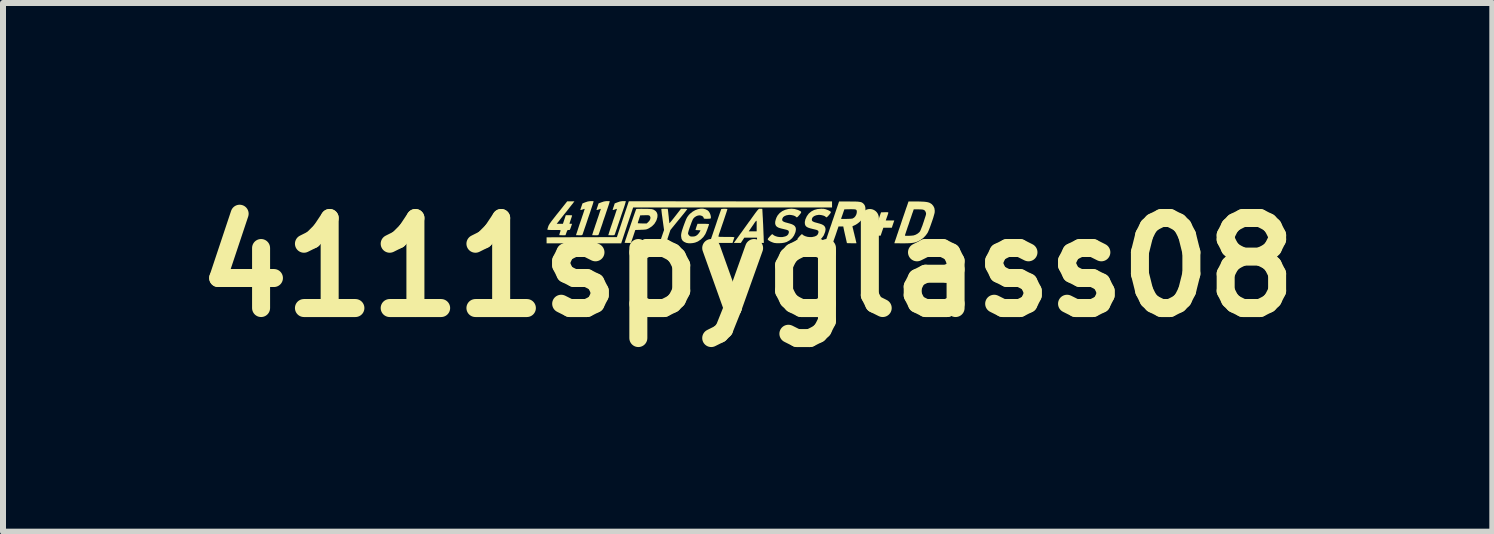
<source format=kicad_pcb>
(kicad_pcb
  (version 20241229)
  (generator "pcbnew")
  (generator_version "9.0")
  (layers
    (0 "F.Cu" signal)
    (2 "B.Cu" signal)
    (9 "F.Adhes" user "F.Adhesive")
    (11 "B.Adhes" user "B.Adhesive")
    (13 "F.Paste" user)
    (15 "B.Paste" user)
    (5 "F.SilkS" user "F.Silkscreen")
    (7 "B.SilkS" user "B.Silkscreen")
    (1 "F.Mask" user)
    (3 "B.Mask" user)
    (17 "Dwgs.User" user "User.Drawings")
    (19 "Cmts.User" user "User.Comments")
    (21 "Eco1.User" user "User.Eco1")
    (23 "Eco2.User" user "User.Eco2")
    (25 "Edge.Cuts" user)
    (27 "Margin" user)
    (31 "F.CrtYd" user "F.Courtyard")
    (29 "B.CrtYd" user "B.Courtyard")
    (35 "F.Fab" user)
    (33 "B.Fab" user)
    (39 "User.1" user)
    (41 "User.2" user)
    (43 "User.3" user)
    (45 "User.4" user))
  (footprint "4111spyglass08"
    (layer "F.Cu")
    (at 9.407 1.404)
    (property "Reference" "4111spyglass08" (at 0 0 0) (layer "F.SilkS") (effects (font (size 1.5 1.5) (thickness 0.3))))
    (attr board_only exclude_from_pos_files exclude_from_bom)
    (fp_poly (pts (xy -0.287 -1.099) (xy 1.406 -1.098) (xy 1.406 -1.047) (xy 1.406 -0.997) (xy -0.251 -0.997) (xy -1.908 -0.997) (xy -2.008 -0.699) (xy -2.107 -0.4) (xy -2.729 -0.4) (xy -3.35 -0.4) (xy -3.35 -0.45) (xy -3.35 -0.5) (xy -2.765 -0.502) (xy -2.179 -0.503) (xy -2.08 -0.802) (xy -1.98 -1.101)) (stroke (width 0) (type solid)) (fill yes) (layer "F.SilkS"))
    (fp_poly (pts (xy -1.328 -0.955) (xy -1.327 -0.942) (xy -1.324 -0.919) (xy -1.321 -0.889) (xy -1.317 -0.855) (xy -1.315 -0.838) (xy -1.312 -0.804) (xy -1.309 -0.775) (xy -1.306 -0.752) (xy -1.305 -0.738) (xy -1.304 -0.735) (xy -1.3 -0.738) (xy -1.289 -0.75) (xy -1.273 -0.769) (xy -1.252 -0.795) (xy -1.228 -0.825) (xy -1.207 -0.852) (xy -1.111 -0.975) (xy -1.058 -0.975) (xy -1.035 -0.975) (xy -1.017 -0.973) (xy -1.007 -0.971) (xy -1.006 -0.97) (xy -1.01 -0.964) (xy -1.021 -0.95) (xy -1.038 -0.928) (xy -1.06 -0.9) (xy -1.087 -0.867) (xy -1.117 -0.83) (xy -1.147 -0.794) (xy -1.287 -0.622) (xy -1.323 -0.514) (xy -1.359 -0.406) (xy -1.413 -0.406) (xy -1.467 -0.406) (xy -1.43 -0.514) (xy -1.393 -0.622) (xy -1.417 -0.796) (xy -1.423 -0.841) (xy -1.429 -0.882) (xy -1.433 -0.917) (xy -1.436 -0.945) (xy -1.438 -0.964) (xy -1.438 -0.972) (xy -1.438 -0.972) (xy -1.431 -0.974) (xy -1.415 -0.975) (xy -1.392 -0.975) (xy -1.384 -0.975) (xy -1.332 -0.975)) (stroke (width 0) (type solid)) (fill yes) (layer "F.SilkS"))
    (fp_poly (pts (xy 2.33 -0.918) (xy 2.34 -0.916) (xy 2.343 -0.912) (xy 2.344 -0.91) (xy 2.342 -0.9) (xy 2.336 -0.882) (xy 2.328 -0.858) (xy 2.322 -0.841) (xy 2.301 -0.781) (xy 2.372 -0.781) (xy 2.443 -0.781) (xy 2.422 -0.72) (xy 2.402 -0.66) (xy 2.331 -0.66) (xy 2.261 -0.66) (xy 2.238 -0.594) (xy 2.216 -0.528) (xy 2.155 -0.526) (xy 2.126 -0.526) (xy 2.107 -0.527) (xy 2.097 -0.529) (xy 2.094 -0.533) (xy 2.094 -0.533) (xy 2.096 -0.542) (xy 2.101 -0.56) (xy 2.108 -0.584) (xy 2.112 -0.597) (xy 2.12 -0.621) (xy 2.126 -0.641) (xy 2.128 -0.653) (xy 2.128 -0.656) (xy 2.12 -0.657) (xy 2.103 -0.659) (xy 2.079 -0.659) (xy 2.062 -0.66) (xy 2.036 -0.66) (xy 2.015 -0.661) (xy 2.001 -0.662) (xy 1.998 -0.663) (xy 2 -0.67) (xy 2.004 -0.686) (xy 2.01 -0.709) (xy 2.015 -0.724) (xy 2.033 -0.781) (xy 2.105 -0.783) (xy 2.177 -0.785) (xy 2.199 -0.85) (xy 2.222 -0.916) (xy 2.283 -0.918) (xy 2.311 -0.918)) (stroke (width 0) (type solid)) (fill yes) (layer "F.SilkS"))
    (fp_poly (pts (xy -2.576 -1.103) (xy -2.568 -1.102) (xy -2.568 -1.102) (xy -2.568 -1.096) (xy -2.572 -1.08) (xy -2.579 -1.056) (xy -2.589 -1.026) (xy -2.598 -0.999) (xy -2.61 -0.964) (xy -2.624 -0.92) (xy -2.641 -0.871) (xy -2.659 -0.819) (xy -2.676 -0.767) (xy -2.688 -0.731) (xy -2.703 -0.687) (xy -2.717 -0.647) (xy -2.729 -0.611) (xy -2.739 -0.582) (xy -2.746 -0.561) (xy -2.75 -0.55) (xy -2.75 -0.55) (xy -2.754 -0.542) (xy -2.76 -0.537) (xy -2.77 -0.535) (xy -2.789 -0.534) (xy -2.807 -0.534) (xy -2.831 -0.535) (xy -2.849 -0.535) (xy -2.859 -0.536) (xy -2.859 -0.537) (xy -2.858 -0.543) (xy -2.853 -0.559) (xy -2.844 -0.585) (xy -2.833 -0.619) (xy -2.82 -0.659) (xy -2.805 -0.705) (xy -2.788 -0.754) (xy -2.787 -0.757) (xy -2.77 -0.806) (xy -2.755 -0.852) (xy -2.741 -0.892) (xy -2.73 -0.926) (xy -2.722 -0.952) (xy -2.716 -0.969) (xy -2.715 -0.975) (xy -2.715 -0.975) (xy -2.721 -0.973) (xy -2.736 -0.969) (xy -2.752 -0.963) (xy -2.771 -0.957) (xy -2.784 -0.955) (xy -2.788 -0.956) (xy -2.786 -0.963) (xy -2.781 -0.98) (xy -2.773 -1.002) (xy -2.77 -1.012) (xy -2.752 -1.065) (xy -2.706 -1.083) (xy -2.664 -1.097) (xy -2.624 -1.103) (xy -2.616 -1.103) (xy -2.593 -1.103)) (stroke (width 0) (type solid)) (fill yes) (layer "F.SilkS"))
    (fp_poly (pts (xy -2.307 -1.103) (xy -2.299 -1.102) (xy -2.299 -1.102) (xy -2.299 -1.096) (xy -2.303 -1.08) (xy -2.31 -1.056) (xy -2.32 -1.026) (xy -2.329 -0.999) (xy -2.341 -0.964) (xy -2.356 -0.92) (xy -2.372 -0.871) (xy -2.39 -0.819) (xy -2.408 -0.767) (xy -2.419 -0.731) (xy -2.434 -0.687) (xy -2.448 -0.647) (xy -2.46 -0.611) (xy -2.47 -0.582) (xy -2.478 -0.561) (xy -2.481 -0.55) (xy -2.482 -0.55) (xy -2.485 -0.542) (xy -2.491 -0.537) (xy -2.502 -0.535) (xy -2.52 -0.534) (xy -2.538 -0.534) (xy -2.562 -0.535) (xy -2.58 -0.535) (xy -2.59 -0.536) (xy -2.591 -0.537) (xy -2.589 -0.543) (xy -2.584 -0.559) (xy -2.576 -0.585) (xy -2.565 -0.619) (xy -2.551 -0.659) (xy -2.536 -0.705) (xy -2.519 -0.754) (xy -2.518 -0.757) (xy -2.502 -0.806) (xy -2.486 -0.852) (xy -2.473 -0.892) (xy -2.462 -0.926) (xy -2.453 -0.952) (xy -2.448 -0.969) (xy -2.446 -0.975) (xy -2.446 -0.975) (xy -2.453 -0.973) (xy -2.467 -0.969) (xy -2.483 -0.963) (xy -2.502 -0.957) (xy -2.515 -0.955) (xy -2.519 -0.956) (xy -2.517 -0.963) (xy -2.512 -0.98) (xy -2.505 -1.002) (xy -2.501 -1.012) (xy -2.484 -1.065) (xy -2.437 -1.083) (xy -2.395 -1.097) (xy -2.356 -1.103) (xy -2.347 -1.103) (xy -2.325 -1.103)) (stroke (width 0) (type solid)) (fill yes) (layer "F.SilkS"))
    (fp_poly (pts (xy -2.039 -1.103) (xy -2.03 -1.102) (xy -2.03 -1.102) (xy -2.031 -1.096) (xy -2.035 -1.08) (xy -2.042 -1.056) (xy -2.051 -1.026) (xy -2.06 -0.999) (xy -2.072 -0.964) (xy -2.087 -0.92) (xy -2.104 -0.871) (xy -2.121 -0.819) (xy -2.139 -0.767) (xy -2.151 -0.731) (xy -2.166 -0.687) (xy -2.179 -0.647) (xy -2.192 -0.611) (xy -2.202 -0.582) (xy -2.209 -0.561) (xy -2.213 -0.55) (xy -2.213 -0.55) (xy -2.217 -0.542) (xy -2.222 -0.537) (xy -2.233 -0.535) (xy -2.251 -0.534) (xy -2.27 -0.534) (xy -2.293 -0.535) (xy -2.311 -0.535) (xy -2.321 -0.536) (xy -2.322 -0.537) (xy -2.32 -0.543) (xy -2.315 -0.559) (xy -2.307 -0.585) (xy -2.296 -0.619) (xy -2.283 -0.659) (xy -2.267 -0.705) (xy -2.25 -0.754) (xy -2.25 -0.757) (xy -2.233 -0.806) (xy -2.217 -0.852) (xy -2.204 -0.892) (xy -2.193 -0.926) (xy -2.184 -0.952) (xy -2.179 -0.969) (xy -2.177 -0.975) (xy -2.177 -0.975) (xy -2.184 -0.973) (xy -2.199 -0.969) (xy -2.215 -0.963) (xy -2.233 -0.957) (xy -2.246 -0.955) (xy -2.25 -0.956) (xy -2.248 -0.963) (xy -2.243 -0.98) (xy -2.236 -1.002) (xy -2.232 -1.012) (xy -2.215 -1.065) (xy -2.168 -1.083) (xy -2.127 -1.097) (xy -2.087 -1.103) (xy -2.078 -1.103) (xy -2.056 -1.103)) (stroke (width 0) (type solid)) (fill yes) (layer "F.SilkS"))
    (fp_poly (pts (xy 0.208 -0.975) (xy 0.213 -0.975) (xy 0.231 -0.975) (xy 0.242 -0.974) (xy 0.244 -0.974) (xy 0.245 -0.96) (xy 0.246 -0.936) (xy 0.248 -0.902) (xy 0.25 -0.862) (xy 0.253 -0.815) (xy 0.255 -0.765) (xy 0.258 -0.713) (xy 0.26 -0.66) (xy 0.262 -0.609) (xy 0.264 -0.56) (xy 0.266 -0.516) (xy 0.267 -0.479) (xy 0.268 -0.45) (xy 0.269 -0.431) (xy 0.269 -0.428) (xy 0.269 -0.406) (xy 0.212 -0.406) (xy 0.156 -0.406) (xy 0.156 -0.45) (xy 0.156 -0.494) (xy 0.05 -0.494) (xy -0.056 -0.494) (xy -0.085 -0.45) (xy -0.114 -0.406) (xy -0.173 -0.406) (xy -0.231 -0.406) (xy -0.149 -0.52) (xy -0.122 -0.558) (xy -0.091 -0.6) (xy 0.018 -0.6) (xy 0.084 -0.6) (xy 0.15 -0.6) (xy 0.15 -0.695) (xy 0.15 -0.728) (xy 0.15 -0.753) (xy 0.149 -0.769) (xy 0.146 -0.776) (xy 0.14 -0.774) (xy 0.13 -0.762) (xy 0.114 -0.741) (xy 0.094 -0.71) (xy 0.073 -0.68) (xy 0.018 -0.6) (xy -0.091 -0.6) (xy -0.089 -0.603) (xy -0.054 -0.652) (xy -0.018 -0.702) (xy 0.017 -0.751) (xy 0.04 -0.781) (xy 0.075 -0.831) (xy 0.104 -0.871) (xy 0.127 -0.903) (xy 0.146 -0.928) (xy 0.16 -0.946) (xy 0.171 -0.959) (xy 0.18 -0.968) (xy 0.187 -0.973) (xy 0.194 -0.975) (xy 0.2 -0.976)) (stroke (width 0) (type solid)) (fill yes) (layer "F.SilkS"))
    (fp_poly (pts (xy -0.375 -0.975) (xy -0.356 -0.974) (xy -0.342 -0.972) (xy -0.338 -0.969) (xy -0.339 -0.962) (xy -0.345 -0.945) (xy -0.353 -0.919) (xy -0.364 -0.886) (xy -0.377 -0.847) (xy -0.391 -0.805) (xy -0.406 -0.76) (xy -0.422 -0.714) (xy -0.437 -0.67) (xy -0.451 -0.628) (xy -0.464 -0.59) (xy -0.468 -0.579) (xy -0.477 -0.554) (xy -0.483 -0.532) (xy -0.487 -0.518) (xy -0.487 -0.515) (xy -0.485 -0.512) (xy -0.478 -0.51) (xy -0.463 -0.508) (xy -0.441 -0.507) (xy -0.409 -0.507) (xy -0.367 -0.506) (xy -0.353 -0.506) (xy -0.307 -0.506) (xy -0.272 -0.506) (xy -0.247 -0.505) (xy -0.231 -0.503) (xy -0.223 -0.501) (xy -0.221 -0.499) (xy -0.221 -0.499) (xy -0.224 -0.489) (xy -0.231 -0.471) (xy -0.238 -0.449) (xy -0.238 -0.449) (xy -0.252 -0.406) (xy -0.442 -0.406) (xy -0.489 -0.406) (xy -0.532 -0.407) (xy -0.569 -0.407) (xy -0.599 -0.408) (xy -0.62 -0.409) (xy -0.63 -0.409) (xy -0.631 -0.41) (xy -0.629 -0.416) (xy -0.624 -0.434) (xy -0.615 -0.46) (xy -0.604 -0.493) (xy -0.59 -0.533) (xy -0.575 -0.577) (xy -0.559 -0.625) (xy -0.542 -0.674) (xy -0.525 -0.724) (xy -0.509 -0.773) (xy -0.493 -0.82) (xy -0.478 -0.863) (xy -0.465 -0.9) (xy -0.454 -0.931) (xy -0.446 -0.953) (xy -0.442 -0.967) (xy -0.441 -0.969) (xy -0.433 -0.972) (xy -0.417 -0.974) (xy -0.397 -0.975)) (stroke (width 0) (type solid)) (fill yes) (layer "F.SilkS"))
    (fp_poly (pts (xy -2.904 -1.077) (xy -2.913 -1.064) (xy -2.931 -1.042) (xy -2.955 -1.012) (xy -2.985 -0.973) (xy -3.022 -0.926) (xy -3.065 -0.873) (xy -3.113 -0.812) (xy -3.148 -0.767) (xy -3.182 -0.725) (xy -3.13 -0.725) (xy -3.078 -0.725) (xy -3.054 -0.797) (xy -3.03 -0.869) (xy -2.978 -0.869) (xy -2.954 -0.868) (xy -2.936 -0.867) (xy -2.926 -0.865) (xy -2.925 -0.864) (xy -2.927 -0.856) (xy -2.932 -0.839) (xy -2.94 -0.816) (xy -2.947 -0.795) (xy -2.956 -0.769) (xy -2.963 -0.747) (xy -2.968 -0.733) (xy -2.969 -0.728) (xy -2.963 -0.726) (xy -2.95 -0.725) (xy -2.947 -0.725) (xy -2.926 -0.725) (xy -2.94 -0.683) (xy -2.95 -0.655) (xy -2.957 -0.637) (xy -2.962 -0.627) (xy -2.968 -0.622) (xy -2.974 -0.622) (xy -2.982 -0.622) (xy -2.993 -0.622) (xy -3.001 -0.619) (xy -3.007 -0.611) (xy -3.014 -0.594) (xy -3.022 -0.572) (xy -3.035 -0.535) (xy -3.083 -0.534) (xy -3.106 -0.535) (xy -3.125 -0.535) (xy -3.136 -0.536) (xy -3.136 -0.536) (xy -3.138 -0.543) (xy -3.134 -0.559) (xy -3.128 -0.578) (xy -3.12 -0.601) (xy -3.118 -0.615) (xy -3.121 -0.62) (xy -3.121 -0.62) (xy -3.129 -0.621) (xy -3.148 -0.622) (xy -3.175 -0.622) (xy -3.207 -0.622) (xy -3.233 -0.622) (xy -3.271 -0.622) (xy -3.301 -0.623) (xy -3.324 -0.625) (xy -3.336 -0.627) (xy -3.337 -0.628) (xy -3.336 -0.636) (xy -3.331 -0.653) (xy -3.324 -0.675) (xy -3.324 -0.676) (xy -3.32 -0.687) (xy -3.315 -0.699) (xy -3.307 -0.712) (xy -3.298 -0.728) (xy -3.284 -0.747) (xy -3.267 -0.771) (xy -3.244 -0.8) (xy -3.216 -0.836) (xy -3.181 -0.881) (xy -3.158 -0.909) (xy -3.006 -1.1) (xy -2.946 -1.1) (xy -2.886 -1.1)) (stroke (width 0) (type solid)) (fill yes) (layer "F.SilkS"))
    (fp_poly (pts (xy -1.732 -0.974) (xy -1.721 -0.974) (xy -1.677 -0.974) (xy -1.644 -0.973) (xy -1.619 -0.971) (xy -1.6 -0.97) (xy -1.587 -0.967) (xy -1.576 -0.964) (xy -1.565 -0.959) (xy -1.559 -0.956) (xy -1.53 -0.935) (xy -1.511 -0.908) (xy -1.502 -0.874) (xy -1.504 -0.835) (xy -1.517 -0.791) (xy -1.526 -0.77) (xy -1.555 -0.723) (xy -1.594 -0.684) (xy -1.642 -0.652) (xy -1.648 -0.649) (xy -1.665 -0.641) (xy -1.68 -0.635) (xy -1.695 -0.631) (xy -1.713 -0.629) (xy -1.737 -0.627) (xy -1.771 -0.626) (xy -1.781 -0.625) (xy -1.872 -0.622) (xy -1.908 -0.514) (xy -1.945 -0.406) (xy -1.997 -0.406) (xy -2.021 -0.407) (xy -2.04 -0.408) (xy -2.049 -0.409) (xy -2.05 -0.409) (xy -2.048 -0.417) (xy -2.042 -0.434) (xy -2.034 -0.461) (xy -2.022 -0.495) (xy -2.009 -0.535) (xy -1.994 -0.579) (xy -1.977 -0.627) (xy -1.96 -0.677) (xy -1.943 -0.727) (xy -1.94 -0.736) (xy -1.831 -0.736) (xy -1.825 -0.734) (xy -1.809 -0.733) (xy -1.786 -0.732) (xy -1.757 -0.731) (xy -1.756 -0.731) (xy -1.682 -0.731) (xy -1.659 -0.752) (xy -1.637 -0.776) (xy -1.624 -0.801) (xy -1.619 -0.826) (xy -1.625 -0.847) (xy -1.631 -0.857) (xy -1.638 -0.862) (xy -1.646 -0.866) (xy -1.659 -0.868) (xy -1.678 -0.868) (xy -1.706 -0.868) (xy -1.717 -0.868) (xy -1.79 -0.866) (xy -1.81 -0.804) (xy -1.819 -0.777) (xy -1.826 -0.756) (xy -1.83 -0.741) (xy -1.831 -0.736) (xy -1.94 -0.736) (xy -1.926 -0.776) (xy -1.91 -0.823) (xy -1.895 -0.865) (xy -1.882 -0.903) (xy -1.871 -0.933) (xy -1.863 -0.956) (xy -1.858 -0.968) (xy -1.857 -0.971) (xy -1.849 -0.973) (xy -1.831 -0.974) (xy -1.804 -0.974) (xy -1.771 -0.975)) (stroke (width 0) (type solid)) (fill yes) (layer "F.SilkS"))
    (fp_poly (pts (xy 1.265 -0.975) (xy 1.299 -0.968) (xy 1.334 -0.955) (xy 1.347 -0.949) (xy 1.37 -0.937) (xy 1.383 -0.927) (xy 1.386 -0.917) (xy 1.381 -0.905) (xy 1.367 -0.886) (xy 1.358 -0.875) (xy 1.338 -0.852) (xy 1.324 -0.839) (xy 1.314 -0.833) (xy 1.307 -0.834) (xy 1.3 -0.841) (xy 1.284 -0.853) (xy 1.259 -0.863) (xy 1.23 -0.87) (xy 1.199 -0.874) (xy 1.181 -0.874) (xy 1.141 -0.867) (xy 1.109 -0.854) (xy 1.085 -0.836) (xy 1.072 -0.812) (xy 1.069 -0.793) (xy 1.071 -0.781) (xy 1.078 -0.77) (xy 1.093 -0.761) (xy 1.116 -0.751) (xy 1.149 -0.742) (xy 1.16 -0.739) (xy 1.2 -0.728) (xy 1.23 -0.718) (xy 1.251 -0.708) (xy 1.267 -0.698) (xy 1.279 -0.686) (xy 1.281 -0.684) (xy 1.293 -0.661) (xy 1.298 -0.636) (xy 1.294 -0.604) (xy 1.288 -0.583) (xy 1.267 -0.531) (xy 1.235 -0.487) (xy 1.195 -0.451) (xy 1.145 -0.423) (xy 1.133 -0.419) (xy 1.101 -0.41) (xy 1.062 -0.404) (xy 1.019 -0.402) (xy 0.977 -0.402) (xy 0.941 -0.406) (xy 0.925 -0.41) (xy 0.896 -0.42) (xy 0.868 -0.433) (xy 0.845 -0.447) (xy 0.832 -0.459) (xy 0.828 -0.467) (xy 0.831 -0.476) (xy 0.841 -0.49) (xy 0.843 -0.492) (xy 0.86 -0.512) (xy 0.879 -0.532) (xy 0.883 -0.536) (xy 0.896 -0.548) (xy 0.904 -0.552) (xy 0.91 -0.55) (xy 0.913 -0.547) (xy 0.933 -0.531) (xy 0.962 -0.518) (xy 0.997 -0.508) (xy 1.034 -0.504) (xy 1.071 -0.504) (xy 1.08 -0.506) (xy 1.12 -0.515) (xy 1.149 -0.529) (xy 1.168 -0.549) (xy 1.178 -0.574) (xy 1.179 -0.58) (xy 1.18 -0.595) (xy 1.176 -0.607) (xy 1.165 -0.616) (xy 1.147 -0.624) (xy 1.119 -0.631) (xy 1.09 -0.638) (xy 1.041 -0.65) (xy 1.003 -0.663) (xy 0.977 -0.679) (xy 0.965 -0.692) (xy 0.954 -0.719) (xy 0.952 -0.754) (xy 0.96 -0.793) (xy 0.962 -0.8) (xy 0.986 -0.852) (xy 1.018 -0.896) (xy 1.059 -0.93) (xy 1.108 -0.956) (xy 1.163 -0.971) (xy 1.225 -0.976)) (stroke (width 0) (type solid)) (fill yes) (layer "F.SilkS"))
    (fp_poly (pts (xy 0.783 -0.972) (xy 0.834 -0.957) (xy 0.842 -0.954) (xy 0.869 -0.941) (xy 0.886 -0.931) (xy 0.892 -0.921) (xy 0.889 -0.909) (xy 0.878 -0.892) (xy 0.864 -0.875) (xy 0.844 -0.852) (xy 0.831 -0.839) (xy 0.821 -0.833) (xy 0.813 -0.834) (xy 0.806 -0.841) (xy 0.79 -0.853) (xy 0.766 -0.863) (xy 0.736 -0.87) (xy 0.705 -0.874) (xy 0.687 -0.874) (xy 0.647 -0.867) (xy 0.615 -0.854) (xy 0.591 -0.836) (xy 0.578 -0.812) (xy 0.575 -0.793) (xy 0.577 -0.781) (xy 0.585 -0.77) (xy 0.599 -0.761) (xy 0.622 -0.751) (xy 0.655 -0.742) (xy 0.666 -0.739) (xy 0.706 -0.728) (xy 0.736 -0.718) (xy 0.757 -0.708) (xy 0.773 -0.698) (xy 0.785 -0.686) (xy 0.787 -0.684) (xy 0.8 -0.661) (xy 0.804 -0.636) (xy 0.8 -0.604) (xy 0.795 -0.583) (xy 0.773 -0.531) (xy 0.742 -0.487) (xy 0.701 -0.451) (xy 0.651 -0.423) (xy 0.639 -0.419) (xy 0.608 -0.41) (xy 0.568 -0.404) (xy 0.526 -0.402) (xy 0.484 -0.402) (xy 0.447 -0.406) (xy 0.431 -0.41) (xy 0.403 -0.42) (xy 0.375 -0.433) (xy 0.351 -0.447) (xy 0.338 -0.459) (xy 0.334 -0.467) (xy 0.337 -0.476) (xy 0.347 -0.49) (xy 0.349 -0.492) (xy 0.366 -0.512) (xy 0.385 -0.532) (xy 0.389 -0.536) (xy 0.402 -0.548) (xy 0.41 -0.552) (xy 0.416 -0.55) (xy 0.419 -0.547) (xy 0.439 -0.531) (xy 0.468 -0.518) (xy 0.503 -0.508) (xy 0.54 -0.504) (xy 0.577 -0.504) (xy 0.587 -0.506) (xy 0.627 -0.515) (xy 0.656 -0.529) (xy 0.675 -0.549) (xy 0.685 -0.574) (xy 0.686 -0.58) (xy 0.686 -0.595) (xy 0.682 -0.607) (xy 0.672 -0.616) (xy 0.653 -0.624) (xy 0.626 -0.631) (xy 0.597 -0.638) (xy 0.551 -0.649) (xy 0.516 -0.66) (xy 0.49 -0.674) (xy 0.473 -0.69) (xy 0.463 -0.71) (xy 0.458 -0.733) (xy 0.459 -0.76) (xy 0.467 -0.793) (xy 0.479 -0.827) (xy 0.496 -0.859) (xy 0.501 -0.867) (xy 0.534 -0.905) (xy 0.576 -0.936) (xy 0.624 -0.958) (xy 0.676 -0.972) (xy 0.73 -0.977)) (stroke (width 0) (type solid)) (fill yes) (layer "F.SilkS"))
    (fp_poly (pts (xy 1.691 -1.097) (xy 1.747 -1.096) (xy 1.791 -1.096) (xy 1.827 -1.095) (xy 1.854 -1.092) (xy 1.875 -1.089) (xy 1.892 -1.085) (xy 1.905 -1.079) (xy 1.917 -1.071) (xy 1.926 -1.064) (xy 1.948 -1.038) (xy 1.96 -1.004) (xy 1.963 -0.965) (xy 1.957 -0.92) (xy 1.942 -0.87) (xy 1.922 -0.825) (xy 1.901 -0.795) (xy 1.872 -0.763) (xy 1.839 -0.735) (xy 1.803 -0.711) (xy 1.77 -0.695) (xy 1.767 -0.694) (xy 1.751 -0.687) (xy 1.746 -0.68) (xy 1.746 -0.676) (xy 1.749 -0.667) (xy 1.753 -0.649) (xy 1.76 -0.623) (xy 1.767 -0.591) (xy 1.776 -0.557) (xy 1.784 -0.521) (xy 1.793 -0.487) (xy 1.8 -0.456) (xy 1.806 -0.43) (xy 1.811 -0.411) (xy 1.812 -0.403) (xy 1.812 -0.402) (xy 1.807 -0.401) (xy 1.791 -0.401) (xy 1.767 -0.401) (xy 1.738 -0.401) (xy 1.733 -0.401) (xy 1.654 -0.403) (xy 1.631 -0.506) (xy 1.622 -0.544) (xy 1.614 -0.58) (xy 1.607 -0.612) (xy 1.602 -0.636) (xy 1.6 -0.645) (xy 1.593 -0.681) (xy 1.553 -0.681) (xy 1.514 -0.681) (xy 1.492 -0.617) (xy 1.481 -0.584) (xy 1.468 -0.545) (xy 1.454 -0.505) (xy 1.444 -0.477) (xy 1.417 -0.4) (xy 1.352 -0.4) (xy 1.323 -0.4) (xy 1.304 -0.401) (xy 1.294 -0.402) (xy 1.29 -0.405) (xy 1.29 -0.41) (xy 1.291 -0.414) (xy 1.294 -0.423) (xy 1.3 -0.442) (xy 1.31 -0.47) (xy 1.323 -0.508) (xy 1.338 -0.552) (xy 1.355 -0.603) (xy 1.374 -0.659) (xy 1.395 -0.719) (xy 1.409 -0.763) (xy 1.425 -0.808) (xy 1.557 -0.808) (xy 1.562 -0.807) (xy 1.577 -0.806) (xy 1.6 -0.806) (xy 1.628 -0.806) (xy 1.657 -0.807) (xy 1.687 -0.808) (xy 1.713 -0.809) (xy 1.734 -0.811) (xy 1.746 -0.813) (xy 1.748 -0.813) (xy 1.776 -0.83) (xy 1.798 -0.856) (xy 1.813 -0.887) (xy 1.819 -0.921) (xy 1.819 -0.921) (xy 1.818 -0.938) (xy 1.815 -0.951) (xy 1.807 -0.959) (xy 1.794 -0.965) (xy 1.773 -0.967) (xy 1.742 -0.968) (xy 1.703 -0.968) (xy 1.611 -0.966) (xy 1.584 -0.888) (xy 1.574 -0.859) (xy 1.565 -0.834) (xy 1.559 -0.817) (xy 1.557 -0.808) (xy 1.557 -0.808) (xy 1.425 -0.808) (xy 1.523 -1.097)) (stroke (width 0) (type solid)) (fill yes) (layer "F.SilkS"))
    (fp_poly (pts (xy -0.741 -0.977) (xy -0.702 -0.967) (xy -0.667 -0.949) (xy -0.647 -0.93) (xy -0.631 -0.904) (xy -0.619 -0.873) (xy -0.613 -0.843) (xy -0.613 -0.825) (xy -0.615 -0.818) (xy -0.619 -0.813) (xy -0.627 -0.811) (xy -0.643 -0.81) (xy -0.669 -0.809) (xy -0.673 -0.809) (xy -0.7 -0.809) (xy -0.717 -0.81) (xy -0.726 -0.812) (xy -0.731 -0.816) (xy -0.733 -0.823) (xy -0.733 -0.825) (xy -0.743 -0.844) (xy -0.763 -0.857) (xy -0.79 -0.865) (xy -0.797 -0.866) (xy -0.828 -0.863) (xy -0.859 -0.851) (xy -0.888 -0.831) (xy -0.906 -0.811) (xy -0.914 -0.798) (xy -0.924 -0.775) (xy -0.936 -0.746) (xy -0.948 -0.712) (xy -0.961 -0.677) (xy -0.973 -0.642) (xy -0.983 -0.611) (xy -0.99 -0.585) (xy -0.993 -0.568) (xy -0.994 -0.564) (xy -0.989 -0.55) (xy -0.979 -0.535) (xy -0.975 -0.531) (xy -0.963 -0.52) (xy -0.949 -0.514) (xy -0.93 -0.513) (xy -0.923 -0.513) (xy -0.893 -0.514) (xy -0.869 -0.521) (xy -0.848 -0.533) (xy -0.835 -0.544) (xy -0.821 -0.559) (xy -0.807 -0.578) (xy -0.795 -0.596) (xy -0.788 -0.611) (xy -0.787 -0.616) (xy -0.793 -0.617) (xy -0.808 -0.618) (xy -0.828 -0.619) (xy -0.849 -0.62) (xy -0.863 -0.621) (xy -0.869 -0.624) (xy -0.867 -0.631) (xy -0.862 -0.648) (xy -0.855 -0.67) (xy -0.853 -0.677) (xy -0.836 -0.725) (xy -0.74 -0.725) (xy -0.707 -0.725) (xy -0.679 -0.724) (xy -0.658 -0.723) (xy -0.646 -0.721) (xy -0.644 -0.72) (xy -0.646 -0.709) (xy -0.652 -0.69) (xy -0.661 -0.665) (xy -0.671 -0.636) (xy -0.682 -0.608) (xy -0.692 -0.583) (xy -0.701 -0.563) (xy -0.704 -0.555) (xy -0.738 -0.505) (xy -0.78 -0.464) (xy -0.829 -0.431) (xy -0.876 -0.412) (xy -0.909 -0.405) (xy -0.946 -0.401) (xy -0.983 -0.401) (xy -1.015 -0.406) (xy -1.026 -0.409) (xy -1.062 -0.426) (xy -1.087 -0.448) (xy -1.102 -0.476) (xy -1.108 -0.513) (xy -1.109 -0.528) (xy -1.108 -0.547) (xy -1.105 -0.567) (xy -1.1 -0.59) (xy -1.092 -0.618) (xy -1.08 -0.654) (xy -1.073 -0.675) (xy -1.054 -0.727) (xy -1.038 -0.769) (xy -1.024 -0.803) (xy -1.01 -0.831) (xy -0.995 -0.853) (xy -0.979 -0.874) (xy -0.96 -0.893) (xy -0.959 -0.894) (xy -0.918 -0.927) (xy -0.874 -0.952) (xy -0.829 -0.969) (xy -0.784 -0.977)) (stroke (width 0) (type solid)) (fill yes) (layer "F.SilkS"))
    (fp_poly (pts (xy 2.851 -1.097) (xy 2.902 -1.095) (xy 2.944 -1.093) (xy 2.977 -1.089) (xy 3.004 -1.084) (xy 3.026 -1.077) (xy 3.031 -1.075) (xy 3.067 -1.053) (xy 3.093 -1.023) (xy 3.111 -0.987) (xy 3.117 -0.945) (xy 3.116 -0.916) (xy 3.112 -0.896) (xy 3.104 -0.868) (xy 3.094 -0.832) (xy 3.081 -0.792) (xy 3.066 -0.749) (xy 3.051 -0.706) (xy 3.036 -0.665) (xy 3.022 -0.629) (xy 3.01 -0.6) (xy 3 -0.579) (xy 2.999 -0.576) (xy 2.968 -0.533) (xy 2.929 -0.492) (xy 2.886 -0.459) (xy 2.856 -0.441) (xy 2.829 -0.429) (xy 2.803 -0.419) (xy 2.776 -0.412) (xy 2.745 -0.407) (xy 2.71 -0.403) (xy 2.667 -0.401) (xy 2.615 -0.4) (xy 2.583 -0.4) (xy 2.543 -0.4) (xy 2.507 -0.401) (xy 2.478 -0.401) (xy 2.456 -0.401) (xy 2.445 -0.402) (xy 2.444 -0.402) (xy 2.446 -0.408) (xy 2.451 -0.425) (xy 2.46 -0.451) (xy 2.472 -0.486) (xy 2.486 -0.527) (xy 2.487 -0.533) (xy 2.621 -0.533) (xy 2.622 -0.528) (xy 2.63 -0.526) (xy 2.645 -0.525) (xy 2.67 -0.525) (xy 2.674 -0.525) (xy 2.704 -0.526) (xy 2.734 -0.528) (xy 2.758 -0.531) (xy 2.763 -0.531) (xy 2.799 -0.543) (xy 2.834 -0.563) (xy 2.862 -0.587) (xy 2.871 -0.599) (xy 2.878 -0.612) (xy 2.887 -0.634) (xy 2.899 -0.665) (xy 2.913 -0.7) (xy 2.926 -0.74) (xy 2.932 -0.756) (xy 2.946 -0.8) (xy 2.957 -0.833) (xy 2.965 -0.858) (xy 2.97 -0.876) (xy 2.972 -0.889) (xy 2.972 -0.899) (xy 2.971 -0.907) (xy 2.968 -0.915) (xy 2.968 -0.915) (xy 2.96 -0.934) (xy 2.949 -0.948) (xy 2.934 -0.957) (xy 2.913 -0.963) (xy 2.884 -0.965) (xy 2.846 -0.966) (xy 2.767 -0.966) (xy 2.75 -0.916) (xy 2.743 -0.898) (xy 2.734 -0.871) (xy 2.723 -0.837) (xy 2.709 -0.798) (xy 2.695 -0.756) (xy 2.681 -0.713) (xy 2.666 -0.671) (xy 2.653 -0.631) (xy 2.641 -0.597) (xy 2.632 -0.568) (xy 2.625 -0.548) (xy 2.622 -0.539) (xy 2.621 -0.533) (xy 2.487 -0.533) (xy 2.502 -0.574) (xy 2.519 -0.626) (xy 2.531 -0.66) (xy 2.551 -0.718) (xy 2.57 -0.776) (xy 2.589 -0.832) (xy 2.607 -0.884) (xy 2.623 -0.931) (xy 2.636 -0.97) (xy 2.646 -0.999) (xy 2.649 -1.006) (xy 2.68 -1.097) (xy 2.788 -1.097)) (stroke (width 0) (type solid)) (fill yes) (layer "F.SilkS")))
  (gr_rect
    (start -3 -3)
    (end 21.814 5.808)
    (stroke (width 0.1) (type default))
    (fill no)
    (layer "Edge.Cuts")))
</source>
